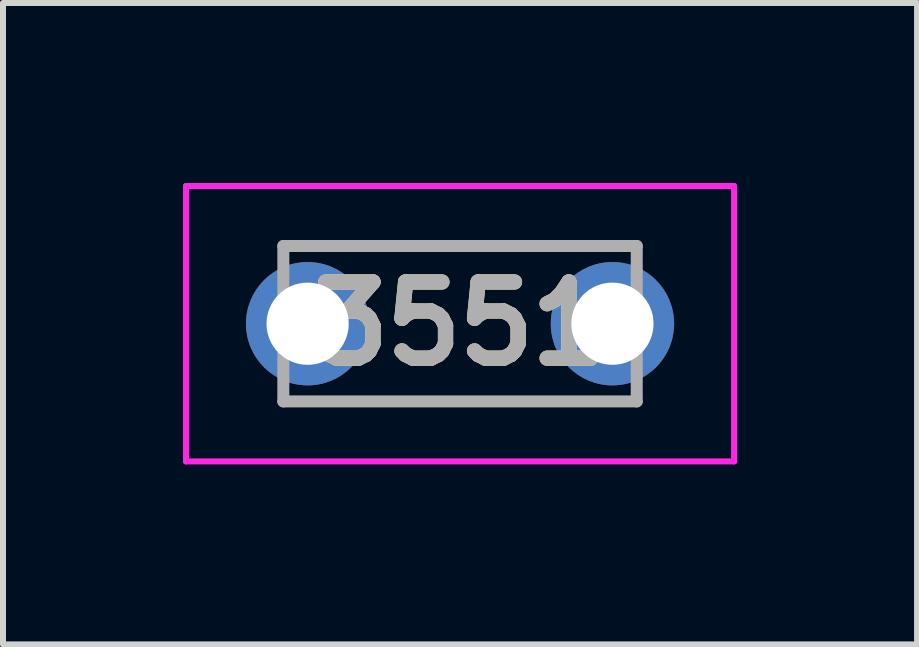
<source format=kicad_pcb>
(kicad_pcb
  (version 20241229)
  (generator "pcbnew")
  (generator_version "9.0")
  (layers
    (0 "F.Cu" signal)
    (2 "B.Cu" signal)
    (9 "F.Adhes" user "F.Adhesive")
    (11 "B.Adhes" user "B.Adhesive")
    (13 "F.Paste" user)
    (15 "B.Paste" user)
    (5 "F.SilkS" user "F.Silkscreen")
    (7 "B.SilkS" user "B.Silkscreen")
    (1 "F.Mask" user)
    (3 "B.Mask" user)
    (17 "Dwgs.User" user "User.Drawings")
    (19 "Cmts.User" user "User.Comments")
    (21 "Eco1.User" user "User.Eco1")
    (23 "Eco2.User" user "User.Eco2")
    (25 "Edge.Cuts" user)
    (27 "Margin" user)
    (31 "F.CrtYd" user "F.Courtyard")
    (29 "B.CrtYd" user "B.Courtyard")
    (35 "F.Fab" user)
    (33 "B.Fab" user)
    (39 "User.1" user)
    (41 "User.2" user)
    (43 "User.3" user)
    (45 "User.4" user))
  (footprint "3551"
    (layer "F.Cu")
    (at 2.077 2.345)
    (property "Reference" "3551" (at 2.54 0 0) (layer "F.SilkS") (effects (font (size 1.27 1.27) (thickness 0.254))))
    (attr through_hole)
    (fp_line (start -0.405 -1.295) (end 5.485 -1.295) (stroke (width 0.1) (type solid)) (layer "F.SilkS"))
    (fp_line (start -0.405 1.295) (end 5.485 1.295) (stroke (width 0.1) (type solid)) (layer "F.SilkS"))
    (fp_line (start -2.027 -2.295) (end 7.107 -2.295) (stroke (width 0.1) (type solid)) (layer "F.CrtYd"))
    (fp_line (start -2.027 2.295) (end -2.027 -2.295) (stroke (width 0.1) (type solid)) (layer "F.CrtYd"))
    (fp_line (start 7.107 -2.295) (end 7.107 2.295) (stroke (width 0.1) (type solid)) (layer "F.CrtYd"))
    (fp_line (start 7.107 2.295) (end -2.027 2.295) (stroke (width 0.1) (type solid)) (layer "F.CrtYd"))
    (fp_line (start -0.405 -1.295) (end 5.485 -1.295) (stroke (width 0.2) (type solid)) (layer "F.Fab"))
    (fp_line (start -0.405 1.295) (end -0.405 -1.295) (stroke (width 0.2) (type solid)) (layer "F.Fab"))
    (fp_line (start 5.485 -1.295) (end 5.485 1.295) (stroke (width 0.2) (type solid)) (layer "F.Fab"))
    (fp_line (start 5.485 1.295) (end -0.405 1.295) (stroke (width 0.2) (type solid)) (layer "F.Fab"))
    (fp_text user "${REFERENCE}" (at 2.54 0 0) (layer "F.Fab") (effects (font (size 1.27 1.27) (thickness 0.254))))
    (pad "1" thru_hole circle (at 0 0) (size 2.055 2.055) (drill 1.37) (layers "*.Cu" "*.Mask"))
    (pad "2" thru_hole circle (at 5.08 0) (size 2.055 2.055) (drill 1.37) (layers "*.Cu" "*.Mask")))
  (gr_rect
    (start -3 -3)
    (end 12.234 7.69)
    (stroke (width 0.1) (type default))
    (fill no)
    (layer "Edge.Cuts")))
</source>
